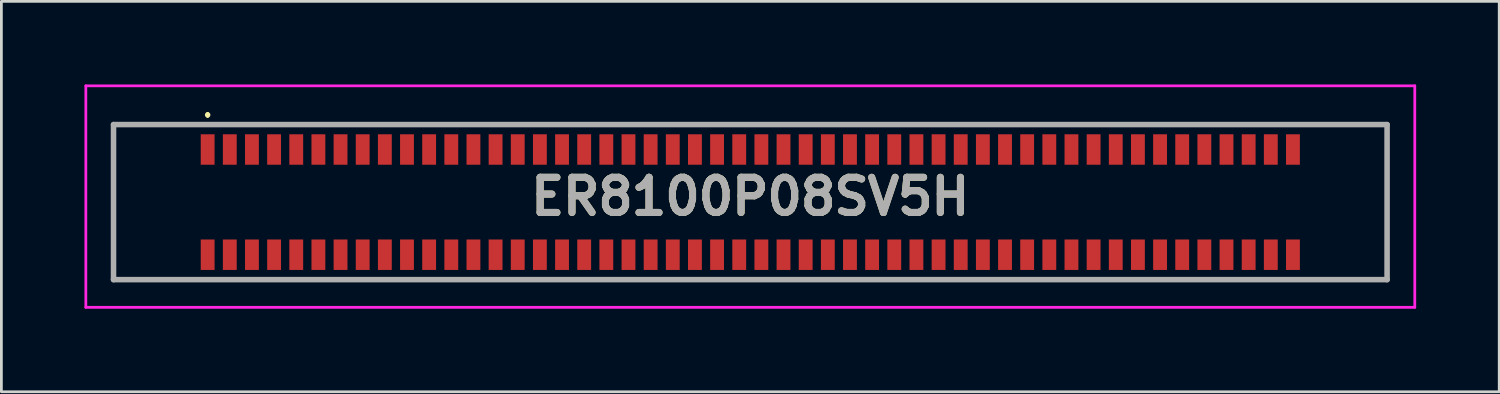
<source format=kicad_pcb>
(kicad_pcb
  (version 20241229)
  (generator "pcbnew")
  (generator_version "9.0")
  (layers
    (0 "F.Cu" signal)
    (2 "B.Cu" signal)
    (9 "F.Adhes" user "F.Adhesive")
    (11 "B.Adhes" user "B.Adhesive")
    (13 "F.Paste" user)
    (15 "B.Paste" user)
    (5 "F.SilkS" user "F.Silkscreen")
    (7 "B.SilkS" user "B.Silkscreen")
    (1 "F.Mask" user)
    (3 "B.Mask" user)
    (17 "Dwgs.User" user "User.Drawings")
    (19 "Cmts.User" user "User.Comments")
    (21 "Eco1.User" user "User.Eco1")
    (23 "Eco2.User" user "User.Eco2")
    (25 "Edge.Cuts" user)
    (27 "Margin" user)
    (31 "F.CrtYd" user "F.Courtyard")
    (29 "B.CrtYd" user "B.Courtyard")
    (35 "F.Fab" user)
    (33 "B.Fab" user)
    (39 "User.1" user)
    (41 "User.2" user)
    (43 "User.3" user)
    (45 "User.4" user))
  (footprint "ER8100P08SV5H"
    (layer "F.Cu")
    (at 24.05 4.25)
    (property "Reference" "ER8100P08SV5H" (at 0 -0.2 0) (layer "F.SilkS") (effects (font (size 1.27 1.27) (thickness 0.254))))
    (attr through_hole)
    (fp_line (start -23 -2.8) (end 23 -2.8) (stroke (width 0.1) (type solid)) (layer "F.SilkS"))
    (fp_line (start -23 2.8) (end -23 -2.8) (stroke (width 0.1) (type solid)) (layer "F.SilkS"))
    (fp_line (start -19.6 -3.2) (end -19.6 -3.2) (stroke (width 0.1) (type solid)) (layer "F.SilkS"))
    (fp_line (start -19.6 -3.1) (end -19.6 -3.1) (stroke (width 0.1) (type solid)) (layer "F.SilkS"))
    (fp_line (start 23 -2.8) (end 23 2.8) (stroke (width 0.1) (type solid)) (layer "F.SilkS"))
    (fp_line (start 23 2.8) (end -23 2.8) (stroke (width 0.1) (type solid)) (layer "F.SilkS"))
    (fp_arc (start -19.6 -3.2) (mid -19.55 -3.15) (end -19.6 -3.1) (stroke (width 0.1) (type solid)) (layer "F.SilkS"))
    (fp_arc (start -19.6 -3.1) (mid -19.65 -3.15) (end -19.6 -3.2) (stroke (width 0.1) (type solid)) (layer "F.SilkS"))
    (fp_line (start -24 -4.2) (end 24 -4.2) (stroke (width 0.1) (type solid)) (layer "F.CrtYd"))
    (fp_line (start -24 3.8) (end -24 -4.2) (stroke (width 0.1) (type solid)) (layer "F.CrtYd"))
    (fp_line (start 24 -4.2) (end 24 3.8) (stroke (width 0.1) (type solid)) (layer "F.CrtYd"))
    (fp_line (start 24 3.8) (end -24 3.8) (stroke (width 0.1) (type solid)) (layer "F.CrtYd"))
    (fp_line (start -23 -2.8) (end 23 -2.8) (stroke (width 0.2) (type solid)) (layer "F.Fab"))
    (fp_line (start -23 2.8) (end -23 -2.8) (stroke (width 0.2) (type solid)) (layer "F.Fab"))
    (fp_line (start 23 -2.8) (end 23 2.8) (stroke (width 0.2) (type solid)) (layer "F.Fab"))
    (fp_line (start 23 2.8) (end -23 2.8) (stroke (width 0.2) (type solid)) (layer "F.Fab"))
    (fp_text user "${REFERENCE}" (at 0 -0.2 0) (layer "F.Fab") (effects (font (size 1.27 1.27) (thickness 0.254))))
    (pad "" np_thru_hole circle (at -21.4 1.5) (size 0.001 0.001) (drill 1.53) (layers "*.Cu" "*.Mask"))
    (pad "" np_thru_hole circle (at 21.4 1.5) (size 0.001 0.001) (drill 1.53) (layers "*.Cu" "*.Mask"))
    (pad "1" smd rect (at -19.6 -1.9) (size 0.5 1.1) (layers "F.Cu" "F.Mask" "F.Paste"))
    (pad "2" smd rect (at -19.6 1.9) (size 0.5 1.1) (layers "F.Cu" "F.Mask" "F.Paste"))
    (pad "3" smd rect (at -18.8 -1.9) (size 0.5 1.1) (layers "F.Cu" "F.Mask" "F.Paste"))
    (pad "4" smd rect (at -18.8 1.9) (size 0.5 1.1) (layers "F.Cu" "F.Mask" "F.Paste"))
    (pad "5" smd rect (at -18 -1.9) (size 0.5 1.1) (layers "F.Cu" "F.Mask" "F.Paste"))
    (pad "6" smd rect (at -18 1.9) (size 0.5 1.1) (layers "F.Cu" "F.Mask" "F.Paste"))
    (pad "7" smd rect (at -17.2 -1.9) (size 0.5 1.1) (layers "F.Cu" "F.Mask" "F.Paste"))
    (pad "8" smd rect (at -17.2 1.9) (size 0.5 1.1) (layers "F.Cu" "F.Mask" "F.Paste"))
    (pad "9" smd rect (at -16.4 -1.9) (size 0.5 1.1) (layers "F.Cu" "F.Mask" "F.Paste"))
    (pad "10" smd rect (at -16.4 1.9) (size 0.5 1.1) (layers "F.Cu" "F.Mask" "F.Paste"))
    (pad "11" smd rect (at -15.6 -1.9) (size 0.5 1.1) (layers "F.Cu" "F.Mask" "F.Paste"))
    (pad "12" smd rect (at -15.6 1.9) (size 0.5 1.1) (layers "F.Cu" "F.Mask" "F.Paste"))
    (pad "13" smd rect (at -14.8 -1.9) (size 0.5 1.1) (layers "F.Cu" "F.Mask" "F.Paste"))
    (pad "14" smd rect (at -14.8 1.9) (size 0.5 1.1) (layers "F.Cu" "F.Mask" "F.Paste"))
    (pad "15" smd rect (at -14 -1.9) (size 0.5 1.1) (layers "F.Cu" "F.Mask" "F.Paste"))
    (pad "16" smd rect (at -14 1.9) (size 0.5 1.1) (layers "F.Cu" "F.Mask" "F.Paste"))
    (pad "17" smd rect (at -13.2 -1.9) (size 0.5 1.1) (layers "F.Cu" "F.Mask" "F.Paste"))
    (pad "18" smd rect (at -13.2 1.9) (size 0.5 1.1) (layers "F.Cu" "F.Mask" "F.Paste"))
    (pad "19" smd rect (at -12.4 -1.9) (size 0.5 1.1) (layers "F.Cu" "F.Mask" "F.Paste"))
    (pad "20" smd rect (at -12.4 1.9) (size 0.5 1.1) (layers "F.Cu" "F.Mask" "F.Paste"))
    (pad "21" smd rect (at -11.6 -1.9) (size 0.5 1.1) (layers "F.Cu" "F.Mask" "F.Paste"))
    (pad "22" smd rect (at -11.6 1.9) (size 0.5 1.1) (layers "F.Cu" "F.Mask" "F.Paste"))
    (pad "23" smd rect (at -10.8 -1.9) (size 0.5 1.1) (layers "F.Cu" "F.Mask" "F.Paste"))
    (pad "24" smd rect (at -10.8 1.9) (size 0.5 1.1) (layers "F.Cu" "F.Mask" "F.Paste"))
    (pad "25" smd rect (at -10 -1.9) (size 0.5 1.1) (layers "F.Cu" "F.Mask" "F.Paste"))
    (pad "26" smd rect (at -10 1.9) (size 0.5 1.1) (layers "F.Cu" "F.Mask" "F.Paste"))
    (pad "27" smd rect (at -9.2 -1.9) (size 0.5 1.1) (layers "F.Cu" "F.Mask" "F.Paste"))
    (pad "28" smd rect (at -9.2 1.9) (size 0.5 1.1) (layers "F.Cu" "F.Mask" "F.Paste"))
    (pad "29" smd rect (at -8.4 -1.9) (size 0.5 1.1) (layers "F.Cu" "F.Mask" "F.Paste"))
    (pad "30" smd rect (at -8.4 1.9) (size 0.5 1.1) (layers "F.Cu" "F.Mask" "F.Paste"))
    (pad "31" smd rect (at -7.6 -1.9) (size 0.5 1.1) (layers "F.Cu" "F.Mask" "F.Paste"))
    (pad "32" smd rect (at -7.6 1.9) (size 0.5 1.1) (layers "F.Cu" "F.Mask" "F.Paste"))
    (pad "33" smd rect (at -6.8 -1.9) (size 0.5 1.1) (layers "F.Cu" "F.Mask" "F.Paste"))
    (pad "34" smd rect (at -6.8 1.9) (size 0.5 1.1) (layers "F.Cu" "F.Mask" "F.Paste"))
    (pad "35" smd rect (at -6 -1.9) (size 0.5 1.1) (layers "F.Cu" "F.Mask" "F.Paste"))
    (pad "36" smd rect (at -6 1.9) (size 0.5 1.1) (layers "F.Cu" "F.Mask" "F.Paste"))
    (pad "37" smd rect (at -5.2 -1.9) (size 0.5 1.1) (layers "F.Cu" "F.Mask" "F.Paste"))
    (pad "38" smd rect (at -5.2 1.9) (size 0.5 1.1) (layers "F.Cu" "F.Mask" "F.Paste"))
    (pad "39" smd rect (at -4.4 -1.9) (size 0.5 1.1) (layers "F.Cu" "F.Mask" "F.Paste"))
    (pad "40" smd rect (at -4.4 1.9) (size 0.5 1.1) (layers "F.Cu" "F.Mask" "F.Paste"))
    (pad "41" smd rect (at -3.6 -1.9) (size 0.5 1.1) (layers "F.Cu" "F.Mask" "F.Paste"))
    (pad "42" smd rect (at -3.6 1.9) (size 0.5 1.1) (layers "F.Cu" "F.Mask" "F.Paste"))
    (pad "43" smd rect (at -2.8 -1.9) (size 0.5 1.1) (layers "F.Cu" "F.Mask" "F.Paste"))
    (pad "44" smd rect (at -2.8 1.9) (size 0.5 1.1) (layers "F.Cu" "F.Mask" "F.Paste"))
    (pad "45" smd rect (at -2 -1.9) (size 0.5 1.1) (layers "F.Cu" "F.Mask" "F.Paste"))
    (pad "46" smd rect (at -2 1.9) (size 0.5 1.1) (layers "F.Cu" "F.Mask" "F.Paste"))
    (pad "47" smd rect (at -1.2 -1.9) (size 0.5 1.1) (layers "F.Cu" "F.Mask" "F.Paste"))
    (pad "48" smd rect (at -1.2 1.9) (size 0.5 1.1) (layers "F.Cu" "F.Mask" "F.Paste"))
    (pad "49" smd rect (at -0.4 -1.9) (size 0.5 1.1) (layers "F.Cu" "F.Mask" "F.Paste"))
    (pad "50" smd rect (at -0.4 1.9) (size 0.5 1.1) (layers "F.Cu" "F.Mask" "F.Paste"))
    (pad "51" smd rect (at 0.4 -1.9) (size 0.5 1.1) (layers "F.Cu" "F.Mask" "F.Paste"))
    (pad "52" smd rect (at 0.4 1.9) (size 0.5 1.1) (layers "F.Cu" "F.Mask" "F.Paste"))
    (pad "53" smd rect (at 1.2 -1.9) (size 0.5 1.1) (layers "F.Cu" "F.Mask" "F.Paste"))
    (pad "54" smd rect (at 1.2 1.9) (size 0.5 1.1) (layers "F.Cu" "F.Mask" "F.Paste"))
    (pad "55" smd rect (at 2 -1.9) (size 0.5 1.1) (layers "F.Cu" "F.Mask" "F.Paste"))
    (pad "56" smd rect (at 2 1.9) (size 0.5 1.1) (layers "F.Cu" "F.Mask" "F.Paste"))
    (pad "57" smd rect (at 2.8 -1.9) (size 0.5 1.1) (layers "F.Cu" "F.Mask" "F.Paste"))
    (pad "58" smd rect (at 2.8 1.9) (size 0.5 1.1) (layers "F.Cu" "F.Mask" "F.Paste"))
    (pad "59" smd rect (at 3.6 -1.9) (size 0.5 1.1) (layers "F.Cu" "F.Mask" "F.Paste"))
    (pad "60" smd rect (at 3.6 1.9) (size 0.5 1.1) (layers "F.Cu" "F.Mask" "F.Paste"))
    (pad "61" smd rect (at 4.4 -1.9) (size 0.5 1.1) (layers "F.Cu" "F.Mask" "F.Paste"))
    (pad "62" smd rect (at 4.4 1.9) (size 0.5 1.1) (layers "F.Cu" "F.Mask" "F.Paste"))
    (pad "63" smd rect (at 5.2 -1.9) (size 0.5 1.1) (layers "F.Cu" "F.Mask" "F.Paste"))
    (pad "64" smd rect (at 5.2 1.9) (size 0.5 1.1) (layers "F.Cu" "F.Mask" "F.Paste"))
    (pad "65" smd rect (at 6 -1.9) (size 0.5 1.1) (layers "F.Cu" "F.Mask" "F.Paste"))
    (pad "66" smd rect (at 6 1.9) (size 0.5 1.1) (layers "F.Cu" "F.Mask" "F.Paste"))
    (pad "67" smd rect (at 6.8 -1.9) (size 0.5 1.1) (layers "F.Cu" "F.Mask" "F.Paste"))
    (pad "68" smd rect (at 6.8 1.9) (size 0.5 1.1) (layers "F.Cu" "F.Mask" "F.Paste"))
    (pad "69" smd rect (at 7.6 -1.9) (size 0.5 1.1) (layers "F.Cu" "F.Mask" "F.Paste"))
    (pad "70" smd rect (at 7.6 1.9) (size 0.5 1.1) (layers "F.Cu" "F.Mask" "F.Paste"))
    (pad "71" smd rect (at 8.4 -1.9) (size 0.5 1.1) (layers "F.Cu" "F.Mask" "F.Paste"))
    (pad "72" smd rect (at 8.4 1.9) (size 0.5 1.1) (layers "F.Cu" "F.Mask" "F.Paste"))
    (pad "73" smd rect (at 9.2 -1.9) (size 0.5 1.1) (layers "F.Cu" "F.Mask" "F.Paste"))
    (pad "74" smd rect (at 9.2 1.9) (size 0.5 1.1) (layers "F.Cu" "F.Mask" "F.Paste"))
    (pad "75" smd rect (at 10 -1.9) (size 0.5 1.1) (layers "F.Cu" "F.Mask" "F.Paste"))
    (pad "76" smd rect (at 10 1.9) (size 0.5 1.1) (layers "F.Cu" "F.Mask" "F.Paste"))
    (pad "77" smd rect (at 10.8 -1.9) (size 0.5 1.1) (layers "F.Cu" "F.Mask" "F.Paste"))
    (pad "78" smd rect (at 10.8 1.9) (size 0.5 1.1) (layers "F.Cu" "F.Mask" "F.Paste"))
    (pad "79" smd rect (at 11.6 -1.9) (size 0.5 1.1) (layers "F.Cu" "F.Mask" "F.Paste"))
    (pad "80" smd rect (at 11.6 1.9) (size 0.5 1.1) (layers "F.Cu" "F.Mask" "F.Paste"))
    (pad "81" smd rect (at 12.4 -1.9) (size 0.5 1.1) (layers "F.Cu" "F.Mask" "F.Paste"))
    (pad "82" smd rect (at 12.4 1.9) (size 0.5 1.1) (layers "F.Cu" "F.Mask" "F.Paste"))
    (pad "83" smd rect (at 13.2 -1.9) (size 0.5 1.1) (layers "F.Cu" "F.Mask" "F.Paste"))
    (pad "84" smd rect (at 13.2 1.9) (size 0.5 1.1) (layers "F.Cu" "F.Mask" "F.Paste"))
    (pad "85" smd rect (at 14 -1.9) (size 0.5 1.1) (layers "F.Cu" "F.Mask" "F.Paste"))
    (pad "86" smd rect (at 14 1.9) (size 0.5 1.1) (layers "F.Cu" "F.Mask" "F.Paste"))
    (pad "87" smd rect (at 14.8 -1.9) (size 0.5 1.1) (layers "F.Cu" "F.Mask" "F.Paste"))
    (pad "88" smd rect (at 14.8 1.9) (size 0.5 1.1) (layers "F.Cu" "F.Mask" "F.Paste"))
    (pad "89" smd rect (at 15.6 -1.9) (size 0.5 1.1) (layers "F.Cu" "F.Mask" "F.Paste"))
    (pad "90" smd rect (at 15.6 1.9) (size 0.5 1.1) (layers "F.Cu" "F.Mask" "F.Paste"))
    (pad "91" smd rect (at 16.4 -1.9) (size 0.5 1.1) (layers "F.Cu" "F.Mask" "F.Paste"))
    (pad "92" smd rect (at 16.4 1.9) (size 0.5 1.1) (layers "F.Cu" "F.Mask" "F.Paste"))
    (pad "93" smd rect (at 17.2 -1.9) (size 0.5 1.1) (layers "F.Cu" "F.Mask" "F.Paste"))
    (pad "94" smd rect (at 17.2 1.9) (size 0.5 1.1) (layers "F.Cu" "F.Mask" "F.Paste"))
    (pad "95" smd rect (at 18 -1.9) (size 0.5 1.1) (layers "F.Cu" "F.Mask" "F.Paste"))
    (pad "96" smd rect (at 18 1.9) (size 0.5 1.1) (layers "F.Cu" "F.Mask" "F.Paste"))
    (pad "97" smd rect (at 18.8 -1.9) (size 0.5 1.1) (layers "F.Cu" "F.Mask" "F.Paste"))
    (pad "98" smd rect (at 18.8 1.9) (size 0.5 1.1) (layers "F.Cu" "F.Mask" "F.Paste"))
    (pad "99" smd rect (at 19.6 -1.9) (size 0.5 1.1) (layers "F.Cu" "F.Mask" "F.Paste"))
    (pad "100" smd rect (at 19.6 1.9) (size 0.5 1.1) (layers "F.Cu" "F.Mask" "F.Paste")))
  (gr_rect
    (start -3 -3)
    (end 51.1 11.1)
    (stroke (width 0.1) (type default))
    (fill no)
    (layer "Edge.Cuts")))
</source>
